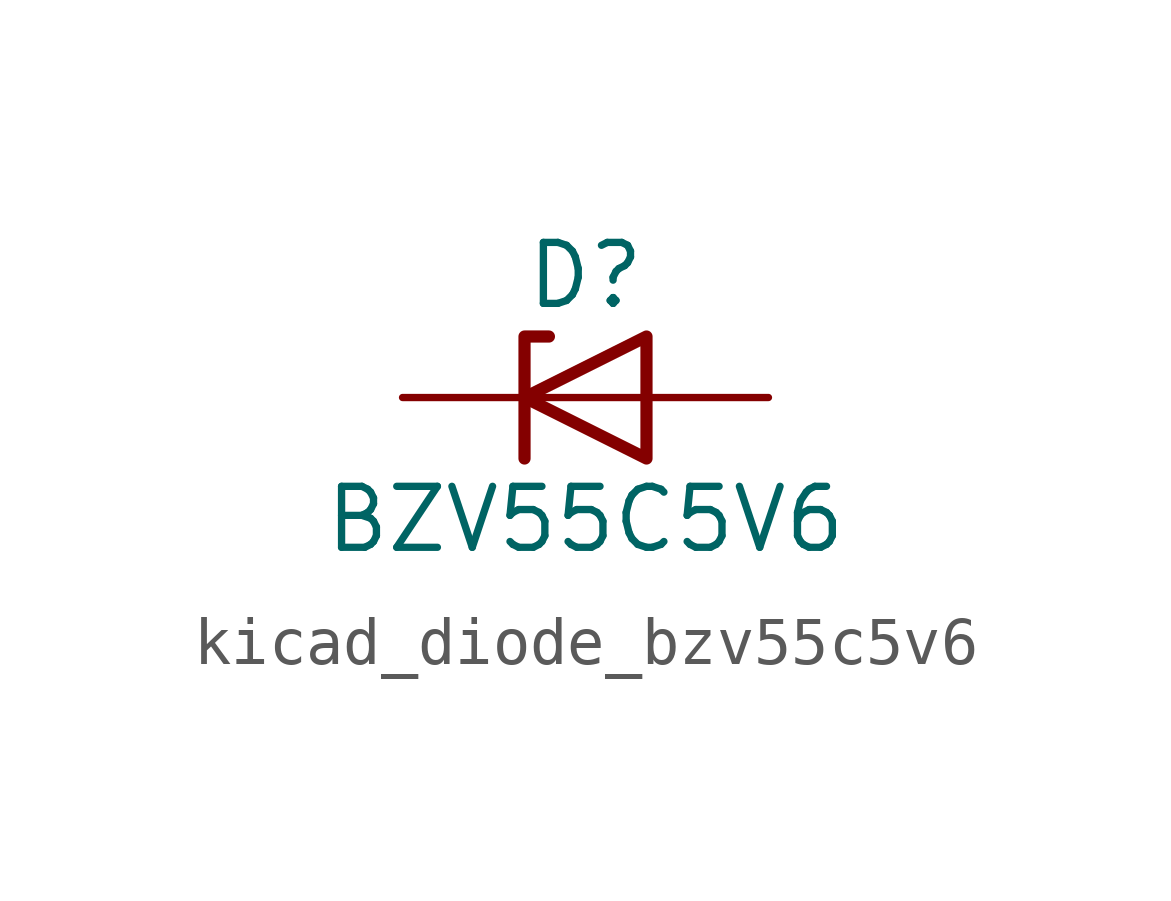
<source format=kicad_sym>
(kicad_symbol_lib
  (version 20220914)
  (generator kicad_symbol_editor)
  (symbol "kicad_diode_bzv55c5v6"
    (pin_numbers hide)
    (pin_names hide)
    (property "Reference" "D"
      (at 0 2.54 0)
      (effects (font (size 1.27 1.27))))
    (property "Value" "BZV55C5V6"
      (at 0 -2.54 0)
      (effects (font (size 1.27 1.27))))
    (symbol "kicad_diode_bzv55c5v6_0_1"
      (polyline (pts (xy 1.27 0) (xy -1.27 0)) (stroke (width 0) (type default)) (fill (type none)))
      (polyline (pts (xy -1.27 -1.27) (xy -1.27 1.27) (xy -0.762 1.27)) (stroke (width 0.254) (type default)) (fill (type none)))
      (polyline (pts (xy 1.27 -1.27) (xy 1.27 1.27) (xy -1.27 0) (xy 1.27 -1.27)) (stroke (width 0.254) (type default)) (fill (type none))))
    (symbol "kicad_diode_bzv55c5v6_1_1"
      (pin passive line (at -3.81 0 0) (length 2.54) (name "K" (effects (font (size 1.27 1.27)))) (number "1" (effects (font (size 1.27 1.27)))))
      (pin passive line (at 3.81 0 180) (length 2.54) (name "A" (effects (font (size 1.27 1.27)))) (number "2" (effects (font (size 1.27 1.27))))))))
</source>
